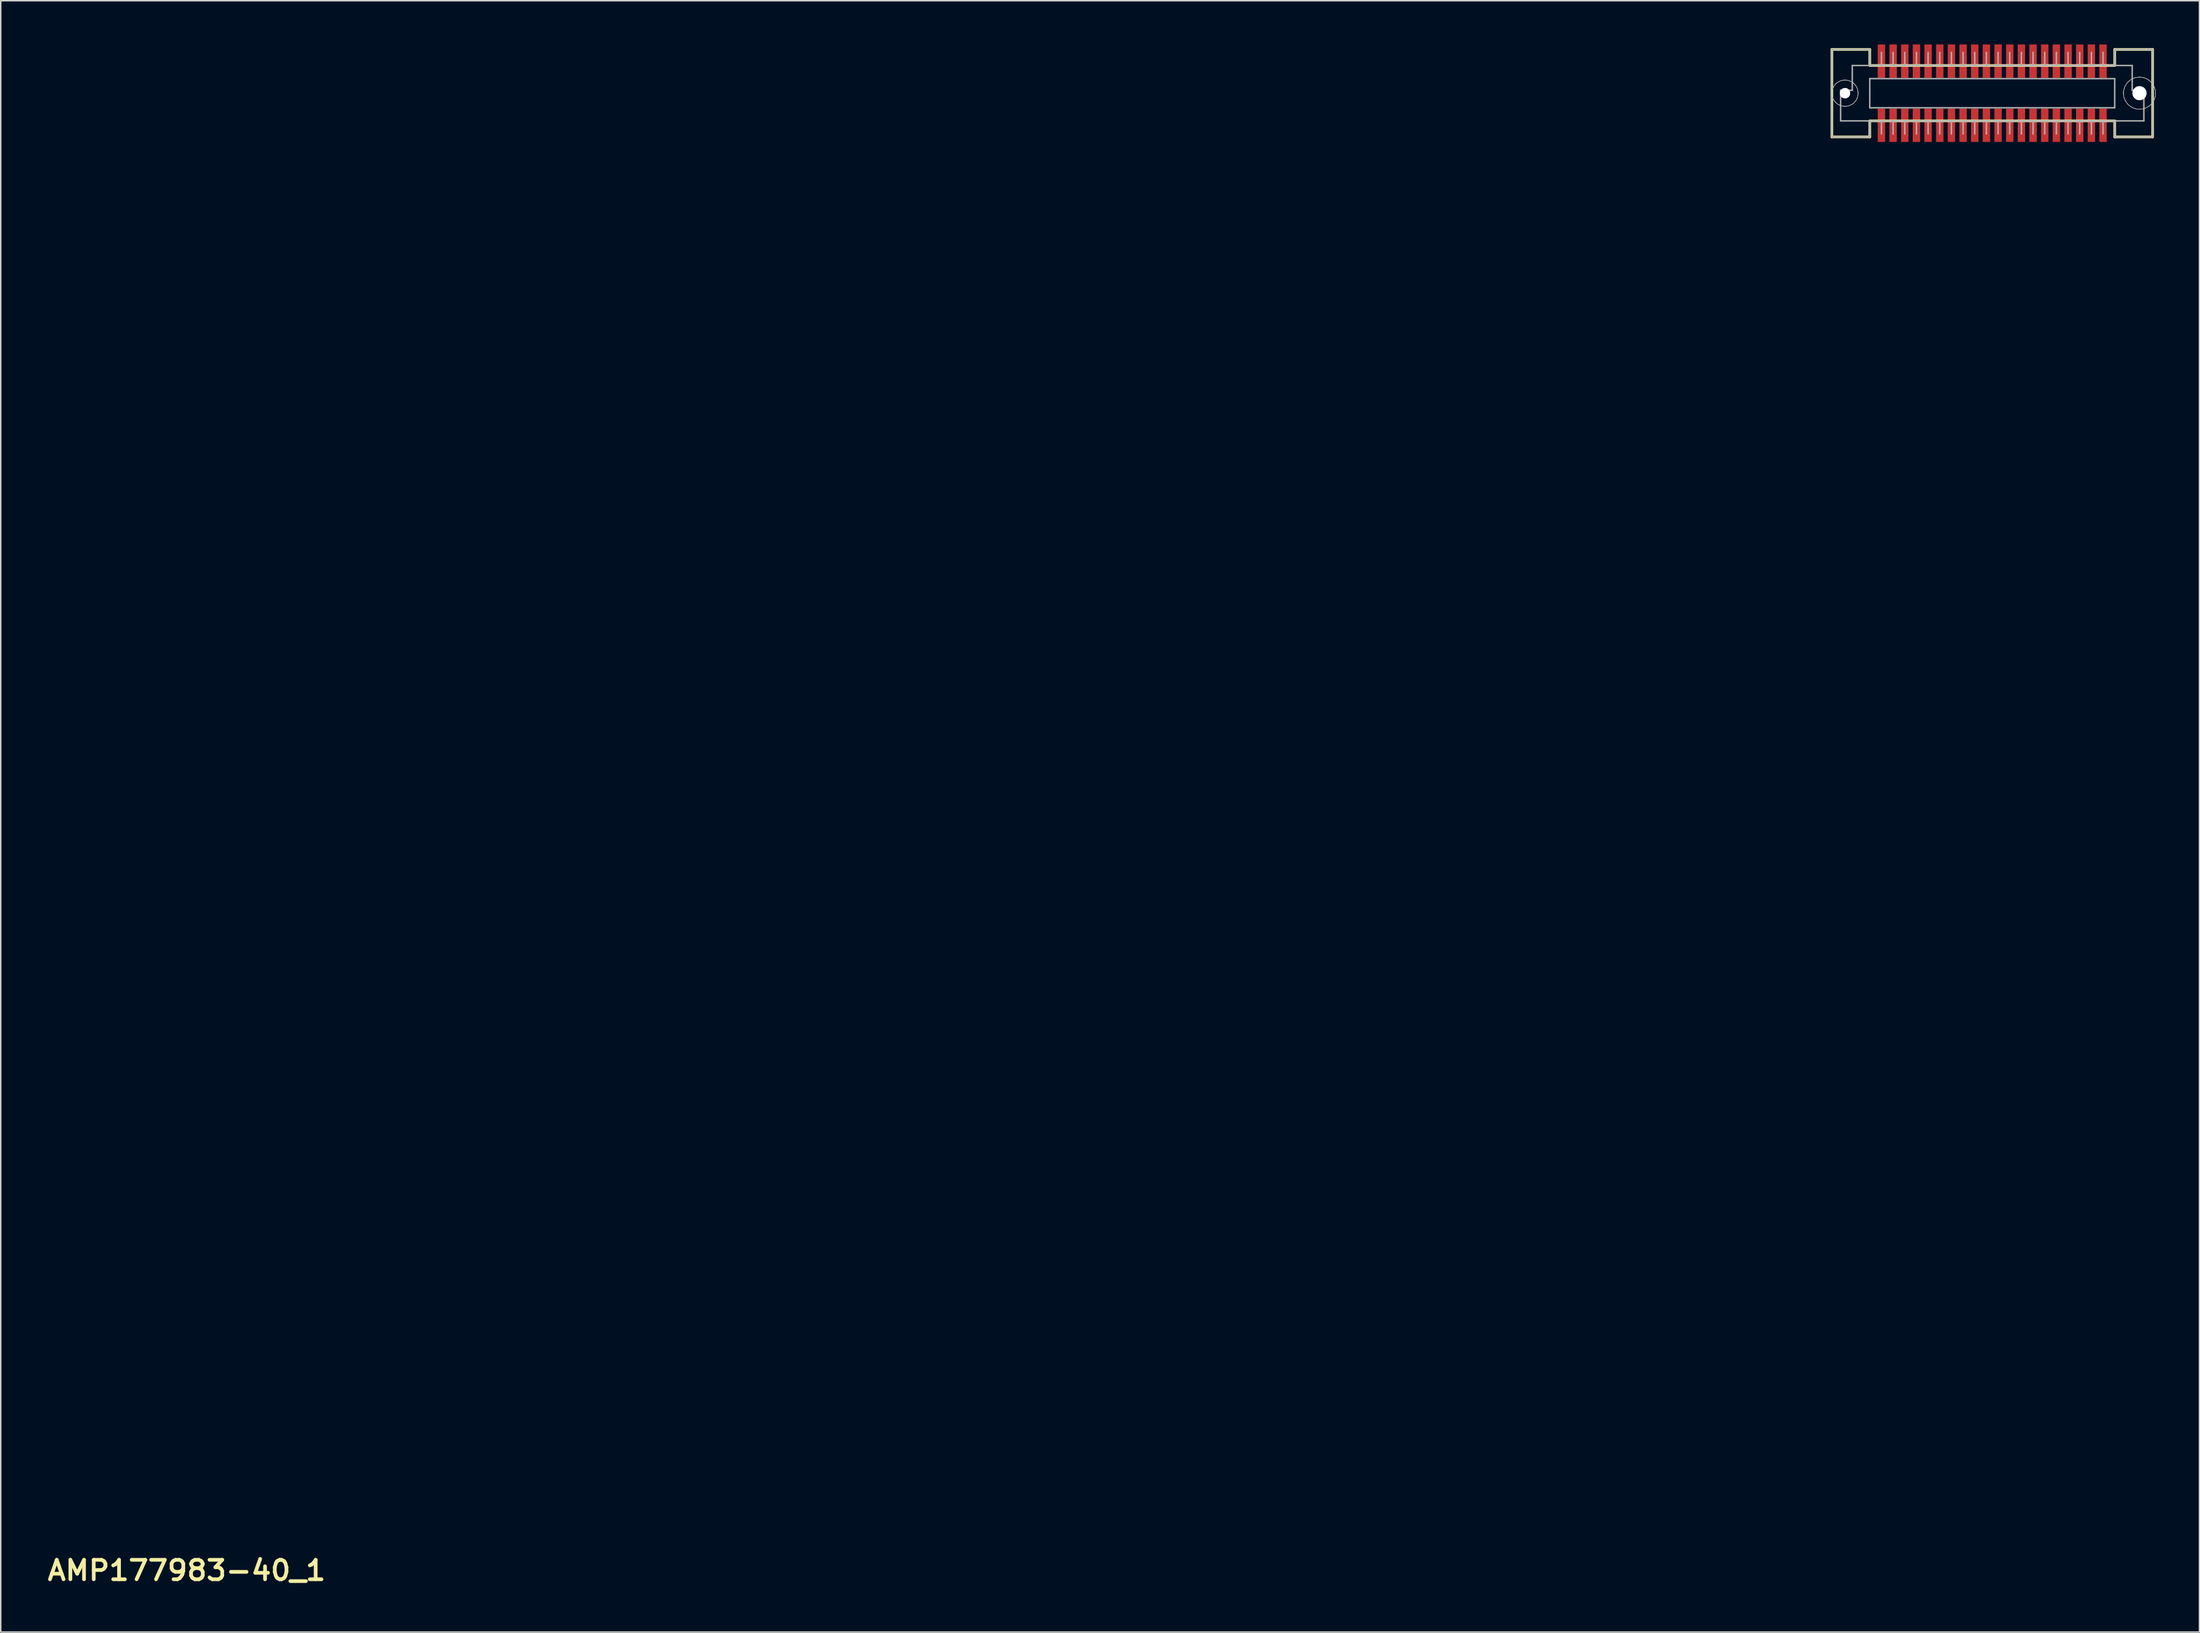
<source format=kicad_pcb>
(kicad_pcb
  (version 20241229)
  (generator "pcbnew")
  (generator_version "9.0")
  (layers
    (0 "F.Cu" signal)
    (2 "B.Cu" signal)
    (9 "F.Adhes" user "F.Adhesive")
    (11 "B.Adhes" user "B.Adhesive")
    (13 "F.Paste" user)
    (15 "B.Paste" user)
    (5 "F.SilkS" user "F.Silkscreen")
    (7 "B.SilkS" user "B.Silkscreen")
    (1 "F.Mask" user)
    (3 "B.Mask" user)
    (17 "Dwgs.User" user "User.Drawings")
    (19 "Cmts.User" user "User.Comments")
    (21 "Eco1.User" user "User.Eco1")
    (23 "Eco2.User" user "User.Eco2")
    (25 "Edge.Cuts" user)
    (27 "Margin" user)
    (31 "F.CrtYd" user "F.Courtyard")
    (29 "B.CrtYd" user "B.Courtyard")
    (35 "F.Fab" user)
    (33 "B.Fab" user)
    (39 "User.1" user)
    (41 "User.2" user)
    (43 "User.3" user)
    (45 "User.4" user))
  (footprint "AMP177983-40_1"
    (layer "F.Cu")
    (at 133.601 3.343)
    (property "Reference" "AMP177983-40_1" (at -123.846 101.347 0) (unlocked yes) (layer "F.SilkS") (effects (font (size 1.333 1.402) (thickness 0.254))))
    (attr smd)
    (fp_line (start -11 -3) (end -8.4 -3) (stroke (width 0.18) (type solid)) (layer "F.SilkS"))
    (fp_line (start -11 3) (end -11 -3) (stroke (width 0.18) (type solid)) (layer "F.SilkS"))
    (fp_line (start -11 3) (end -8.4 3) (stroke (width 0.18) (type solid)) (layer "F.SilkS"))
    (fp_line (start -8.4 -1.9) (end -8.4 -3) (stroke (width 0.18) (type solid)) (layer "F.SilkS"))
    (fp_line (start -8.4 -1.9) (end 8.4 -1.9) (stroke (width 0.18) (type solid)) (layer "F.SilkS"))
    (fp_line (start -8.4 1.9) (end 8.4 1.9) (stroke (width 0.18) (type solid)) (layer "F.SilkS"))
    (fp_line (start -8.4 3) (end -8.4 1.9) (stroke (width 0.18) (type solid)) (layer "F.SilkS"))
    (fp_line (start 8.4 -3) (end 11 -3) (stroke (width 0.18) (type solid)) (layer "F.SilkS"))
    (fp_line (start 8.4 -1.9) (end 8.4 -3) (stroke (width 0.18) (type solid)) (layer "F.SilkS"))
    (fp_line (start 8.4 3) (end 8.4 1.9) (stroke (width 0.18) (type solid)) (layer "F.SilkS"))
    (fp_line (start 8.4 3) (end 11 3) (stroke (width 0.18) (type solid)) (layer "F.SilkS"))
    (fp_line (start 11 3) (end 11 -3) (stroke (width 0.18) (type solid)) (layer "F.SilkS"))
    (fp_circle (center -10.1 0) (end -9.2 0) (stroke (width 0.025) (type solid)) (fill no) (layer "Dwgs.User"))
    (fp_circle (center -10.1 0) (end -9.2 0) (stroke (width 0.025) (type solid)) (fill no) (layer "Dwgs.User"))
    (fp_circle (center -10.1 0) (end -9.2 0) (stroke (width 0.025) (type solid)) (fill no) (layer "Dwgs.User"))
    (fp_circle (center 10.1 0) (end 11.2 0) (stroke (width 0.025) (type solid)) (fill no) (layer "Dwgs.User"))
    (fp_circle (center 10.1 0) (end 11.2 0) (stroke (width 0.025) (type solid)) (fill no) (layer "Dwgs.User"))
    (fp_circle (center 10.1 0) (end 11.2 0) (stroke (width 0.025) (type solid)) (fill no) (layer "Dwgs.User"))
    (fp_line (start -11 -3) (end -8.4 -3) (stroke (width 0.1) (type solid)) (layer "F.Fab"))
    (fp_line (start -11 3) (end -11 -3) (stroke (width 0.1) (type solid)) (layer "F.Fab"))
    (fp_line (start -11 3) (end -8.4 3) (stroke (width 0.1) (type solid)) (layer "F.Fab"))
    (fp_line (start -10.4 -0.2) (end -9.6 -0.2) (stroke (width 0.1) (type solid)) (layer "F.Fab"))
    (fp_line (start -10.4 1.9) (end -10.4 -0.2) (stroke (width 0.1) (type solid)) (layer "F.Fab"))
    (fp_line (start -10.4 1.9) (end 10.4 1.9) (stroke (width 0.1) (type solid)) (layer "F.Fab"))
    (fp_line (start -9.6 -1.9) (end 9.6 -1.9) (stroke (width 0.1) (type solid)) (layer "F.Fab"))
    (fp_line (start -9.6 -0.2) (end -9.6 -1.9) (stroke (width 0.1) (type solid)) (layer "F.Fab"))
    (fp_line (start -8.4 -1.9) (end -8.4 -3) (stroke (width 0.1) (type solid)) (layer "F.Fab"))
    (fp_line (start -8.4 -1.9) (end 8.4 -1.9) (stroke (width 0.1) (type solid)) (layer "F.Fab"))
    (fp_line (start -8.4 -1) (end 8.4 -1) (stroke (width 0.1) (type solid)) (layer "F.Fab"))
    (fp_line (start -8.4 1) (end -8.4 -1) (stroke (width 0.1) (type solid)) (layer "F.Fab"))
    (fp_line (start -8.4 1) (end 8.4 1) (stroke (width 0.1) (type solid)) (layer "F.Fab"))
    (fp_line (start -8.4 1.9) (end 8.4 1.9) (stroke (width 0.1) (type solid)) (layer "F.Fab"))
    (fp_line (start -8.4 3) (end -8.4 1.9) (stroke (width 0.1) (type solid)) (layer "F.Fab"))
    (fp_line (start -7.6 -1.9) (end -7.6 -2.8) (stroke (width 0.1) (type solid)) (layer "F.Fab"))
    (fp_line (start -7.6 2.8) (end -7.6 1.9) (stroke (width 0.1) (type solid)) (layer "F.Fab"))
    (fp_line (start -6.8 -1.9) (end -6.8 -2.8) (stroke (width 0.1) (type solid)) (layer "F.Fab"))
    (fp_line (start -6.8 2.8) (end -6.8 1.9) (stroke (width 0.1) (type solid)) (layer "F.Fab"))
    (fp_line (start -6 -1.9) (end -6 -2.8) (stroke (width 0.1) (type solid)) (layer "F.Fab"))
    (fp_line (start -6 2.8) (end -6 1.9) (stroke (width 0.1) (type solid)) (layer "F.Fab"))
    (fp_line (start -5.2 -1.9) (end -5.2 -2.8) (stroke (width 0.1) (type solid)) (layer "F.Fab"))
    (fp_line (start -5.2 2.8) (end -5.2 1.9) (stroke (width 0.1) (type solid)) (layer "F.Fab"))
    (fp_line (start -4.4 -1.9) (end -4.4 -2.8) (stroke (width 0.1) (type solid)) (layer "F.Fab"))
    (fp_line (start -4.4 2.8) (end -4.4 1.9) (stroke (width 0.1) (type solid)) (layer "F.Fab"))
    (fp_line (start -3.6 -1.9) (end -3.6 -2.8) (stroke (width 0.1) (type solid)) (layer "F.Fab"))
    (fp_line (start -3.6 2.8) (end -3.6 1.9) (stroke (width 0.1) (type solid)) (layer "F.Fab"))
    (fp_line (start -2.8 -1.9) (end -2.8 -2.8) (stroke (width 0.1) (type solid)) (layer "F.Fab"))
    (fp_line (start -2.8 2.8) (end -2.8 1.9) (stroke (width 0.1) (type solid)) (layer "F.Fab"))
    (fp_line (start -2 -1.9) (end -2 -2.8) (stroke (width 0.1) (type solid)) (layer "F.Fab"))
    (fp_line (start -2 2.8) (end -2 1.9) (stroke (width 0.1) (type solid)) (layer "F.Fab"))
    (fp_line (start -1.2 -1.9) (end -1.2 -2.8) (stroke (width 0.1) (type solid)) (layer "F.Fab"))
    (fp_line (start -1.2 2.8) (end -1.2 1.9) (stroke (width 0.1) (type solid)) (layer "F.Fab"))
    (fp_line (start -0.4 -1.9) (end -0.4 -2.8) (stroke (width 0.1) (type solid)) (layer "F.Fab"))
    (fp_line (start -0.4 2.8) (end -0.4 1.9) (stroke (width 0.1) (type solid)) (layer "F.Fab"))
    (fp_line (start 0.4 -1.9) (end 0.4 -2.8) (stroke (width 0.1) (type solid)) (layer "F.Fab"))
    (fp_line (start 0.4 2.8) (end 0.4 1.9) (stroke (width 0.1) (type solid)) (layer "F.Fab"))
    (fp_line (start 1.2 -1.9) (end 1.2 -2.8) (stroke (width 0.1) (type solid)) (layer "F.Fab"))
    (fp_line (start 1.2 2.8) (end 1.2 1.9) (stroke (width 0.1) (type solid)) (layer "F.Fab"))
    (fp_line (start 2 -1.9) (end 2 -2.8) (stroke (width 0.1) (type solid)) (layer "F.Fab"))
    (fp_line (start 2 2.8) (end 2 1.9) (stroke (width 0.1) (type solid)) (layer "F.Fab"))
    (fp_line (start 2.8 -1.9) (end 2.8 -2.8) (stroke (width 0.1) (type solid)) (layer "F.Fab"))
    (fp_line (start 2.8 2.8) (end 2.8 1.9) (stroke (width 0.1) (type solid)) (layer "F.Fab"))
    (fp_line (start 3.6 -1.9) (end 3.6 -2.8) (stroke (width 0.1) (type solid)) (layer "F.Fab"))
    (fp_line (start 3.6 2.8) (end 3.6 1.9) (stroke (width 0.1) (type solid)) (layer "F.Fab"))
    (fp_line (start 4.4 -1.9) (end 4.4 -2.8) (stroke (width 0.1) (type solid)) (layer "F.Fab"))
    (fp_line (start 4.4 2.8) (end 4.4 1.9) (stroke (width 0.1) (type solid)) (layer "F.Fab"))
    (fp_line (start 5.2 -1.9) (end 5.2 -2.8) (stroke (width 0.1) (type solid)) (layer "F.Fab"))
    (fp_line (start 5.2 2.8) (end 5.2 1.9) (stroke (width 0.1) (type solid)) (layer "F.Fab"))
    (fp_line (start 6 -1.9) (end 6 -2.8) (stroke (width 0.1) (type solid)) (layer "F.Fab"))
    (fp_line (start 6 2.8) (end 6 1.9) (stroke (width 0.1) (type solid)) (layer "F.Fab"))
    (fp_line (start 6.8 -1.9) (end 6.8 -2.8) (stroke (width 0.1) (type solid)) (layer "F.Fab"))
    (fp_line (start 6.8 2.8) (end 6.8 1.9) (stroke (width 0.1) (type solid)) (layer "F.Fab"))
    (fp_line (start 7.6 -1.9) (end 7.6 -2.8) (stroke (width 0.1) (type solid)) (layer "F.Fab"))
    (fp_line (start 7.6 2.8) (end 7.6 1.9) (stroke (width 0.1) (type solid)) (layer "F.Fab"))
    (fp_line (start 8.4 -3) (end 11 -3) (stroke (width 0.1) (type solid)) (layer "F.Fab"))
    (fp_line (start 8.4 -1.9) (end 8.4 -3) (stroke (width 0.1) (type solid)) (layer "F.Fab"))
    (fp_line (start 8.4 1) (end 8.4 -1) (stroke (width 0.1) (type solid)) (layer "F.Fab"))
    (fp_line (start 8.4 3) (end 8.4 1.9) (stroke (width 0.1) (type solid)) (layer "F.Fab"))
    (fp_line (start 8.4 3) (end 11 3) (stroke (width 0.1) (type solid)) (layer "F.Fab"))
    (fp_line (start 9.6 -0.2) (end 9.6 -1.9) (stroke (width 0.1) (type solid)) (layer "F.Fab"))
    (fp_line (start 9.6 -0.2) (end 10.4 -0.2) (stroke (width 0.1) (type solid)) (layer "F.Fab"))
    (fp_line (start 9.74 -2.67) (end 10.14 -2.07) (stroke (width 0.00003) (type solid)) (layer "F.Fab"))
    (fp_line (start 9.74 -2.67) (end 10.54 -2.67) (stroke (width 0.00003) (type solid)) (layer "F.Fab"))
    (fp_line (start 10.14 -2.07) (end 10.54 -2.67) (stroke (width 0.00003) (type solid)) (layer "F.Fab"))
    (fp_line (start 10.4 1.9) (end 10.4 -0.2) (stroke (width 0.1) (type solid)) (layer "F.Fab"))
    (fp_line (start 11 3) (end 11 -3) (stroke (width 0.1) (type solid)) (layer "F.Fab"))
    (pad "1" smd rect (at 7.6 -2.2) (size 0.508 2.286) (layers "F.Cu" "F.Mask" "F.Paste"))
    (pad "2" smd rect (at 6.8 -2.2) (size 0.508 2.286) (layers "F.Cu" "F.Mask" "F.Paste"))
    (pad "3" smd rect (at 6 -2.2) (size 0.508 2.286) (layers "F.Cu" "F.Mask" "F.Paste"))
    (pad "4" smd rect (at 5.2 -2.2) (size 0.508 2.286) (layers "F.Cu" "F.Mask" "F.Paste"))
    (pad "5" smd rect (at 4.4 -2.2) (size 0.508 2.286) (layers "F.Cu" "F.Mask" "F.Paste"))
    (pad "6" smd rect (at 3.6 -2.2) (size 0.508 2.286) (layers "F.Cu" "F.Mask" "F.Paste"))
    (pad "7" smd rect (at 2.8 -2.2) (size 0.508 2.286) (layers "F.Cu" "F.Mask" "F.Paste"))
    (pad "8" smd rect (at 2 -2.2) (size 0.508 2.286) (layers "F.Cu" "F.Mask" "F.Paste"))
    (pad "9" smd rect (at 1.2 -2.2) (size 0.508 2.286) (layers "F.Cu" "F.Mask" "F.Paste"))
    (pad "10" smd rect (at 0.4 -2.2) (size 0.508 2.286) (layers "F.Cu" "F.Mask" "F.Paste"))
    (pad "11" smd rect (at -0.4 -2.2) (size 0.508 2.286) (layers "F.Cu" "F.Mask" "F.Paste"))
    (pad "12" smd rect (at -1.2 -2.2) (size 0.508 2.286) (layers "F.Cu" "F.Mask" "F.Paste"))
    (pad "13" smd rect (at -2 -2.2) (size 0.508 2.286) (layers "F.Cu" "F.Mask" "F.Paste"))
    (pad "14" smd rect (at -2.8 -2.2) (size 0.508 2.286) (layers "F.Cu" "F.Mask" "F.Paste"))
    (pad "15" smd rect (at -3.6 -2.2) (size 0.508 2.286) (layers "F.Cu" "F.Mask" "F.Paste"))
    (pad "16" smd rect (at -4.4 -2.2) (size 0.508 2.286) (layers "F.Cu" "F.Mask" "F.Paste"))
    (pad "17" smd rect (at -5.2 -2.2) (size 0.508 2.286) (layers "F.Cu" "F.Mask" "F.Paste"))
    (pad "18" smd rect (at -6 -2.2) (size 0.508 2.286) (layers "F.Cu" "F.Mask" "F.Paste"))
    (pad "19" smd rect (at -6.8 -2.2) (size 0.508 2.286) (layers "F.Cu" "F.Mask" "F.Paste"))
    (pad "20" smd rect (at -7.6 -2.2) (size 0.508 2.286) (layers "F.Cu" "F.Mask" "F.Paste"))
    (pad "21" smd rect (at 7.6 2.2) (size 0.508 2.286) (layers "F.Cu" "F.Mask" "F.Paste"))
    (pad "22" smd rect (at 6.8 2.2) (size 0.508 2.286) (layers "F.Cu" "F.Mask" "F.Paste"))
    (pad "23" smd rect (at 6 2.2) (size 0.508 2.286) (layers "F.Cu" "F.Mask" "F.Paste"))
    (pad "24" smd rect (at 5.2 2.2) (size 0.508 2.286) (layers "F.Cu" "F.Mask" "F.Paste"))
    (pad "25" smd rect (at 4.4 2.2) (size 0.508 2.286) (layers "F.Cu" "F.Mask" "F.Paste"))
    (pad "26" smd rect (at 3.6 2.2) (size 0.508 2.286) (layers "F.Cu" "F.Mask" "F.Paste"))
    (pad "27" smd rect (at 2.8 2.2) (size 0.508 2.286) (layers "F.Cu" "F.Mask" "F.Paste"))
    (pad "28" smd rect (at 2 2.2) (size 0.508 2.286) (layers "F.Cu" "F.Mask" "F.Paste"))
    (pad "29" smd rect (at 1.2 2.2) (size 0.508 2.286) (layers "F.Cu" "F.Mask" "F.Paste"))
    (pad "30" smd rect (at 0.4 2.2) (size 0.508 2.286) (layers "F.Cu" "F.Mask" "F.Paste"))
    (pad "31" smd rect (at -0.4 2.2) (size 0.508 2.286) (layers "F.Cu" "F.Mask" "F.Paste"))
    (pad "32" smd rect (at -1.2 2.2) (size 0.508 2.286) (layers "F.Cu" "F.Mask" "F.Paste"))
    (pad "33" smd rect (at -2 2.2) (size 0.508 2.286) (layers "F.Cu" "F.Mask" "F.Paste"))
    (pad "34" smd rect (at -2.8 2.2) (size 0.508 2.286) (layers "F.Cu" "F.Mask" "F.Paste"))
    (pad "35" smd rect (at -3.6 2.2) (size 0.508 2.286) (layers "F.Cu" "F.Mask" "F.Paste"))
    (pad "36" smd rect (at -4.4 2.2) (size 0.508 2.286) (layers "F.Cu" "F.Mask" "F.Paste"))
    (pad "37" smd rect (at -5.2 2.2) (size 0.508 2.286) (layers "F.Cu" "F.Mask" "F.Paste"))
    (pad "38" smd rect (at -6 2.2) (size 0.508 2.286) (layers "F.Cu" "F.Mask" "F.Paste"))
    (pad "39" smd rect (at -6.8 2.2) (size 0.508 2.286) (layers "F.Cu" "F.Mask" "F.Paste"))
    (pad "40" smd rect (at -7.6 2.2) (size 0.508 2.286) (layers "F.Cu" "F.Mask" "F.Paste"))
    (pad "MEL08" thru_hole circle (at -10.1 0) (size 0.711 0.711) (drill 0.8) (layers "*.Cu" "*.Mask"))
    (pad "MEL12" thru_hole circle (at 10.1 0) (size 0.965 0.965) (drill 1.2) (layers "*.Cu" "*.Mask")))
  (gr_rect
    (start -3 -3)
    (end 147.814 108.916)
    (stroke (width 0.1) (type default))
    (fill no)
    (layer "Edge.Cuts")))
</source>
